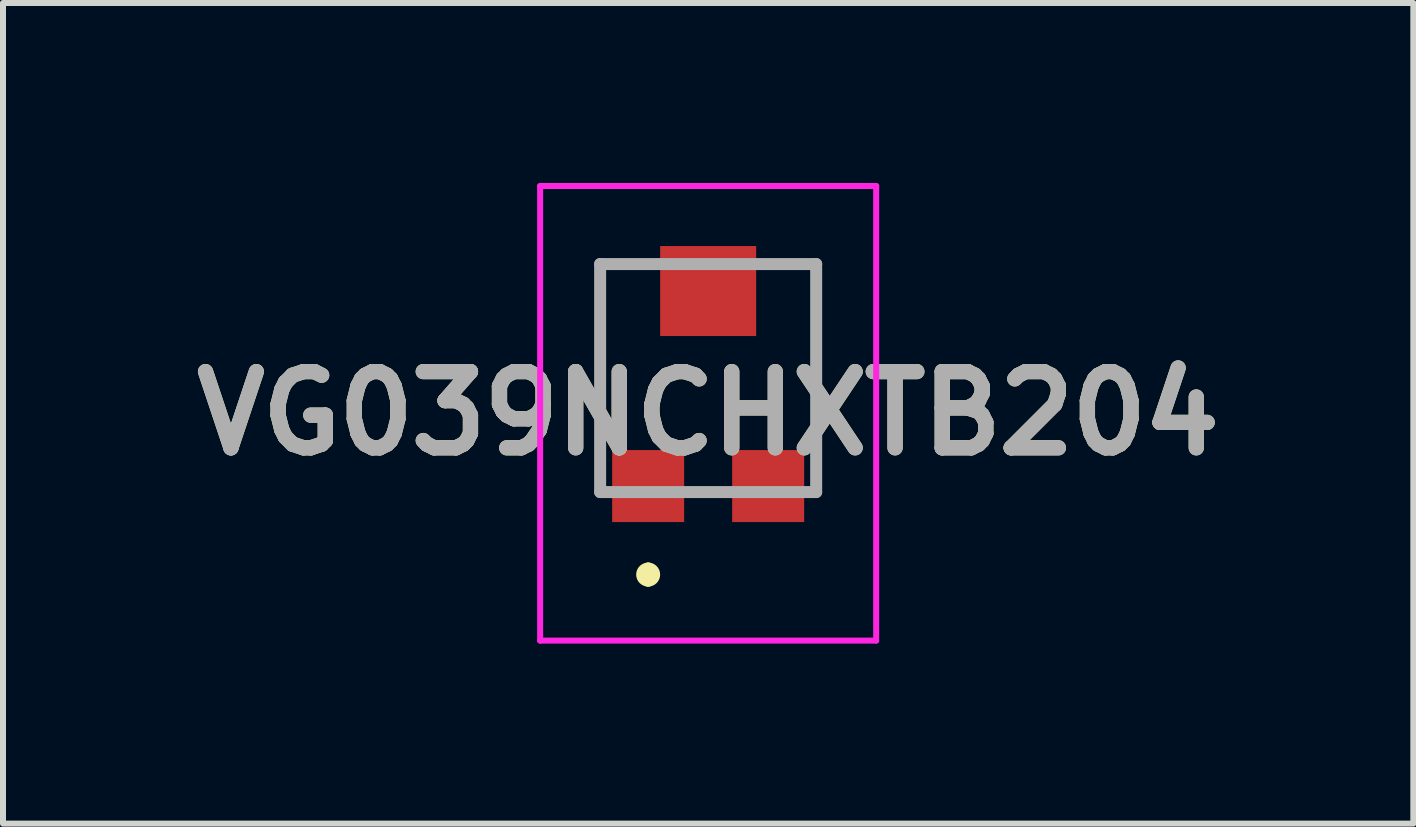
<source format=kicad_pcb>
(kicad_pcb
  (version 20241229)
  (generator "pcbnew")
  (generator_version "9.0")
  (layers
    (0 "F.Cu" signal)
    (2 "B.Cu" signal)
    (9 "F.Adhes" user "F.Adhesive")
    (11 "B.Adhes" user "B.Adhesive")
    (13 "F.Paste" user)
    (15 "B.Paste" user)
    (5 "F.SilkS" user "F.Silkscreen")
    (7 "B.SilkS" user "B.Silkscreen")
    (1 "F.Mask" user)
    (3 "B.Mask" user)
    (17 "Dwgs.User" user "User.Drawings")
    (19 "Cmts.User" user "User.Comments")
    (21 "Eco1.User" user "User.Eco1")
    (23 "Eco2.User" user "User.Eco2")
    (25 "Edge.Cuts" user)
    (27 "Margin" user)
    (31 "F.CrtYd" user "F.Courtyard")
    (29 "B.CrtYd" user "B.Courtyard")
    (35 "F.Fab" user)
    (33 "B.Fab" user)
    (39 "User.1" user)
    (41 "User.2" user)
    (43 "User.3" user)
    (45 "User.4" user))
  (footprint "VG039NCHXTB204"
    (layer "F.Cu")
    (at 8.751 3.25)
    (property "Reference" "VG039NCHXTB204" (at 0 0.588 0) (layer "F.SilkS") (effects (font (size 1.27 1.27) (thickness 0.254))))
    (attr smd)
    (fp_line (start -1.8 -1.9) (end -1.5 -1.9) (stroke (width 0.1) (type solid)) (layer "F.SilkS"))
    (fp_line (start -1.8 0.5) (end -1.8 -1.9) (stroke (width 0.1) (type solid)) (layer "F.SilkS"))
    (fp_line (start -1 3.175) (end -1 3.175) (stroke (width 0.2) (type solid)) (layer "F.SilkS"))
    (fp_line (start -1 3.375) (end -1 3.375) (stroke (width 0.2) (type solid)) (layer "F.SilkS"))
    (fp_line (start 1.8 -1.9) (end 1.5 -1.9) (stroke (width 0.1) (type solid)) (layer "F.SilkS"))
    (fp_line (start 1.8 0.5) (end 1.8 -1.9) (stroke (width 0.1) (type solid)) (layer "F.SilkS"))
    (fp_arc (start -1 3.175) (mid -0.9 3.275) (end -1 3.375) (stroke (width 0.2) (type solid)) (layer "F.SilkS"))
    (fp_arc (start -1 3.375) (mid -1.1 3.275) (end -1 3.175) (stroke (width 0.2) (type solid)) (layer "F.SilkS"))
    (fp_line (start -2.8 -3.2) (end 2.8 -3.2) (stroke (width 0.1) (type solid)) (layer "F.CrtYd"))
    (fp_line (start -2.8 4.375) (end -2.8 -3.2) (stroke (width 0.1) (type solid)) (layer "F.CrtYd"))
    (fp_line (start 2.8 -3.2) (end 2.8 4.375) (stroke (width 0.1) (type solid)) (layer "F.CrtYd"))
    (fp_line (start 2.8 4.375) (end -2.8 4.375) (stroke (width 0.1) (type solid)) (layer "F.CrtYd"))
    (fp_line (start -1.8 -1.9) (end 1.8 -1.9) (stroke (width 0.2) (type solid)) (layer "F.Fab"))
    (fp_line (start -1.8 1.9) (end -1.8 -1.9) (stroke (width 0.2) (type solid)) (layer "F.Fab"))
    (fp_line (start 1.8 -1.9) (end 1.8 1.9) (stroke (width 0.2) (type solid)) (layer "F.Fab"))
    (fp_line (start 1.8 1.9) (end -1.8 1.9) (stroke (width 0.2) (type solid)) (layer "F.Fab"))
    (fp_text user "${REFERENCE}" (at 0 0.588 0) (layer "F.Fab") (effects (font (size 1.27 1.27) (thickness 0.254))))
    (pad "1" smd rect (at -1 1.8) (size 1.2 1.2) (layers "F.Cu" "F.Mask" "F.Paste"))
    (pad "2" smd rect (at 0 -1.45 90) (size 1.5 1.6) (layers "F.Cu" "F.Mask" "F.Paste"))
    (pad "3" smd rect (at 1 1.8) (size 1.2 1.2) (layers "F.Cu" "F.Mask" "F.Paste")))
  (gr_rect
    (start -3 -3)
    (end 20.502 10.675)
    (stroke (width 0.1) (type default))
    (fill no)
    (layer "Edge.Cuts")))
</source>
